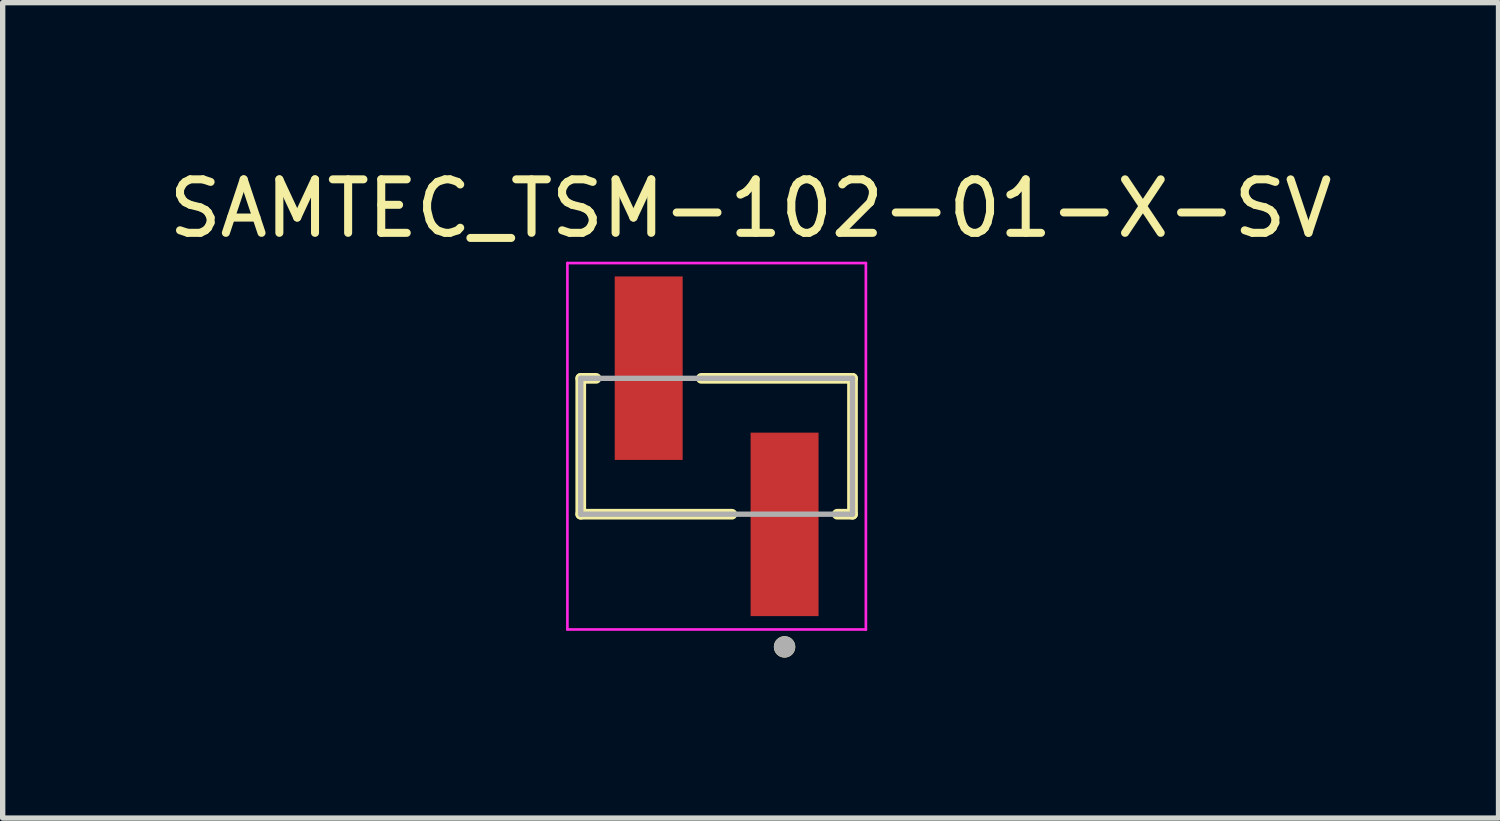
<source format=kicad_pcb>
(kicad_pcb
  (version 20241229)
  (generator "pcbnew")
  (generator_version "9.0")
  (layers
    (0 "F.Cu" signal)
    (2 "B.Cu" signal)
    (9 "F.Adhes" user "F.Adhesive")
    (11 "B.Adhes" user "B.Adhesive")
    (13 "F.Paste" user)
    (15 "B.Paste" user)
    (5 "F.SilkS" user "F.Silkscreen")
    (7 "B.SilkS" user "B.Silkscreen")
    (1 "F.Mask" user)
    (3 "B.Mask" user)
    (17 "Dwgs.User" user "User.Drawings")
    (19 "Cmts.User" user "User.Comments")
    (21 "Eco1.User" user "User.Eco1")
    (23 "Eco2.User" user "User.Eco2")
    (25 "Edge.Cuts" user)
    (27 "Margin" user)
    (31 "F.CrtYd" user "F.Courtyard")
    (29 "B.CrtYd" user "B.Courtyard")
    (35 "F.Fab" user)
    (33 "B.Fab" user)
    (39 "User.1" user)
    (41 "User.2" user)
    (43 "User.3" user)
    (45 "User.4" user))
  (footprint "SAMTEC_TSM-102-01-X-SV"
    (layer "F.Cu")
    (at 10.347 5.293)
    (property "Reference" "SAMTEC_TSM-102-01-X-SV" (at 0.635 -4.445 0) (layer "F.SilkS") (effects (font (size 1 1) (thickness 0.15))))
    (attr smd)
    (fp_line (start -2.54 -1.27) (end -2.255 -1.27) (stroke (width 0.2) (type solid)) (layer "F.SilkS"))
    (fp_line (start -2.54 1.27) (end -2.54 -1.27) (stroke (width 0.2) (type solid)) (layer "F.SilkS"))
    (fp_line (start -0.285 -1.27) (end 2.54 -1.27) (stroke (width 0.2) (type solid)) (layer "F.SilkS"))
    (fp_line (start 0.285 1.27) (end -2.54 1.27) (stroke (width 0.2) (type solid)) (layer "F.SilkS"))
    (fp_line (start 2.54 -1.27) (end 2.54 1.27) (stroke (width 0.2) (type solid)) (layer "F.SilkS"))
    (fp_line (start 2.54 1.27) (end 2.255 1.27) (stroke (width 0.2) (type solid)) (layer "F.SilkS"))
    (fp_circle (center 1.27 3.75) (end 1.37 3.75) (stroke (width 0.2) (type solid)) (fill no) (layer "F.SilkS"))
    (fp_line (start -2.79 -3.425) (end 2.79 -3.425) (stroke (width 0.05) (type solid)) (layer "F.CrtYd"))
    (fp_line (start -2.79 3.425) (end -2.79 -3.425) (stroke (width 0.05) (type solid)) (layer "F.CrtYd"))
    (fp_line (start 2.79 -3.425) (end 2.79 3.425) (stroke (width 0.05) (type solid)) (layer "F.CrtYd"))
    (fp_line (start 2.79 3.425) (end -2.79 3.425) (stroke (width 0.05) (type solid)) (layer "F.CrtYd"))
    (fp_line (start -2.54 -1.27) (end 2.54 -1.27) (stroke (width 0.1) (type solid)) (layer "F.Fab"))
    (fp_line (start -2.54 1.27) (end -2.54 -1.27) (stroke (width 0.1) (type solid)) (layer "F.Fab"))
    (fp_line (start 2.54 -1.27) (end 2.54 1.27) (stroke (width 0.1) (type solid)) (layer "F.Fab"))
    (fp_line (start 2.54 1.27) (end -2.54 1.27) (stroke (width 0.1) (type solid)) (layer "F.Fab"))
    (fp_circle (center 1.27 3.75) (end 1.37 3.75) (stroke (width 0.2) (type solid)) (fill no) (layer "F.Fab"))
    (pad "01" smd rect (at 1.27 1.46) (size 1.27 3.43) (layers "F.Cu" "F.Mask" "F.Paste"))
    (pad "02" smd rect (at -1.27 -1.46) (size 1.27 3.43) (layers "F.Cu" "F.Mask" "F.Paste")))
  (gr_rect
    (start -3 -3)
    (end 24.964 12.243)
    (stroke (width 0.1) (type default))
    (fill no)
    (layer "Edge.Cuts")))
</source>
